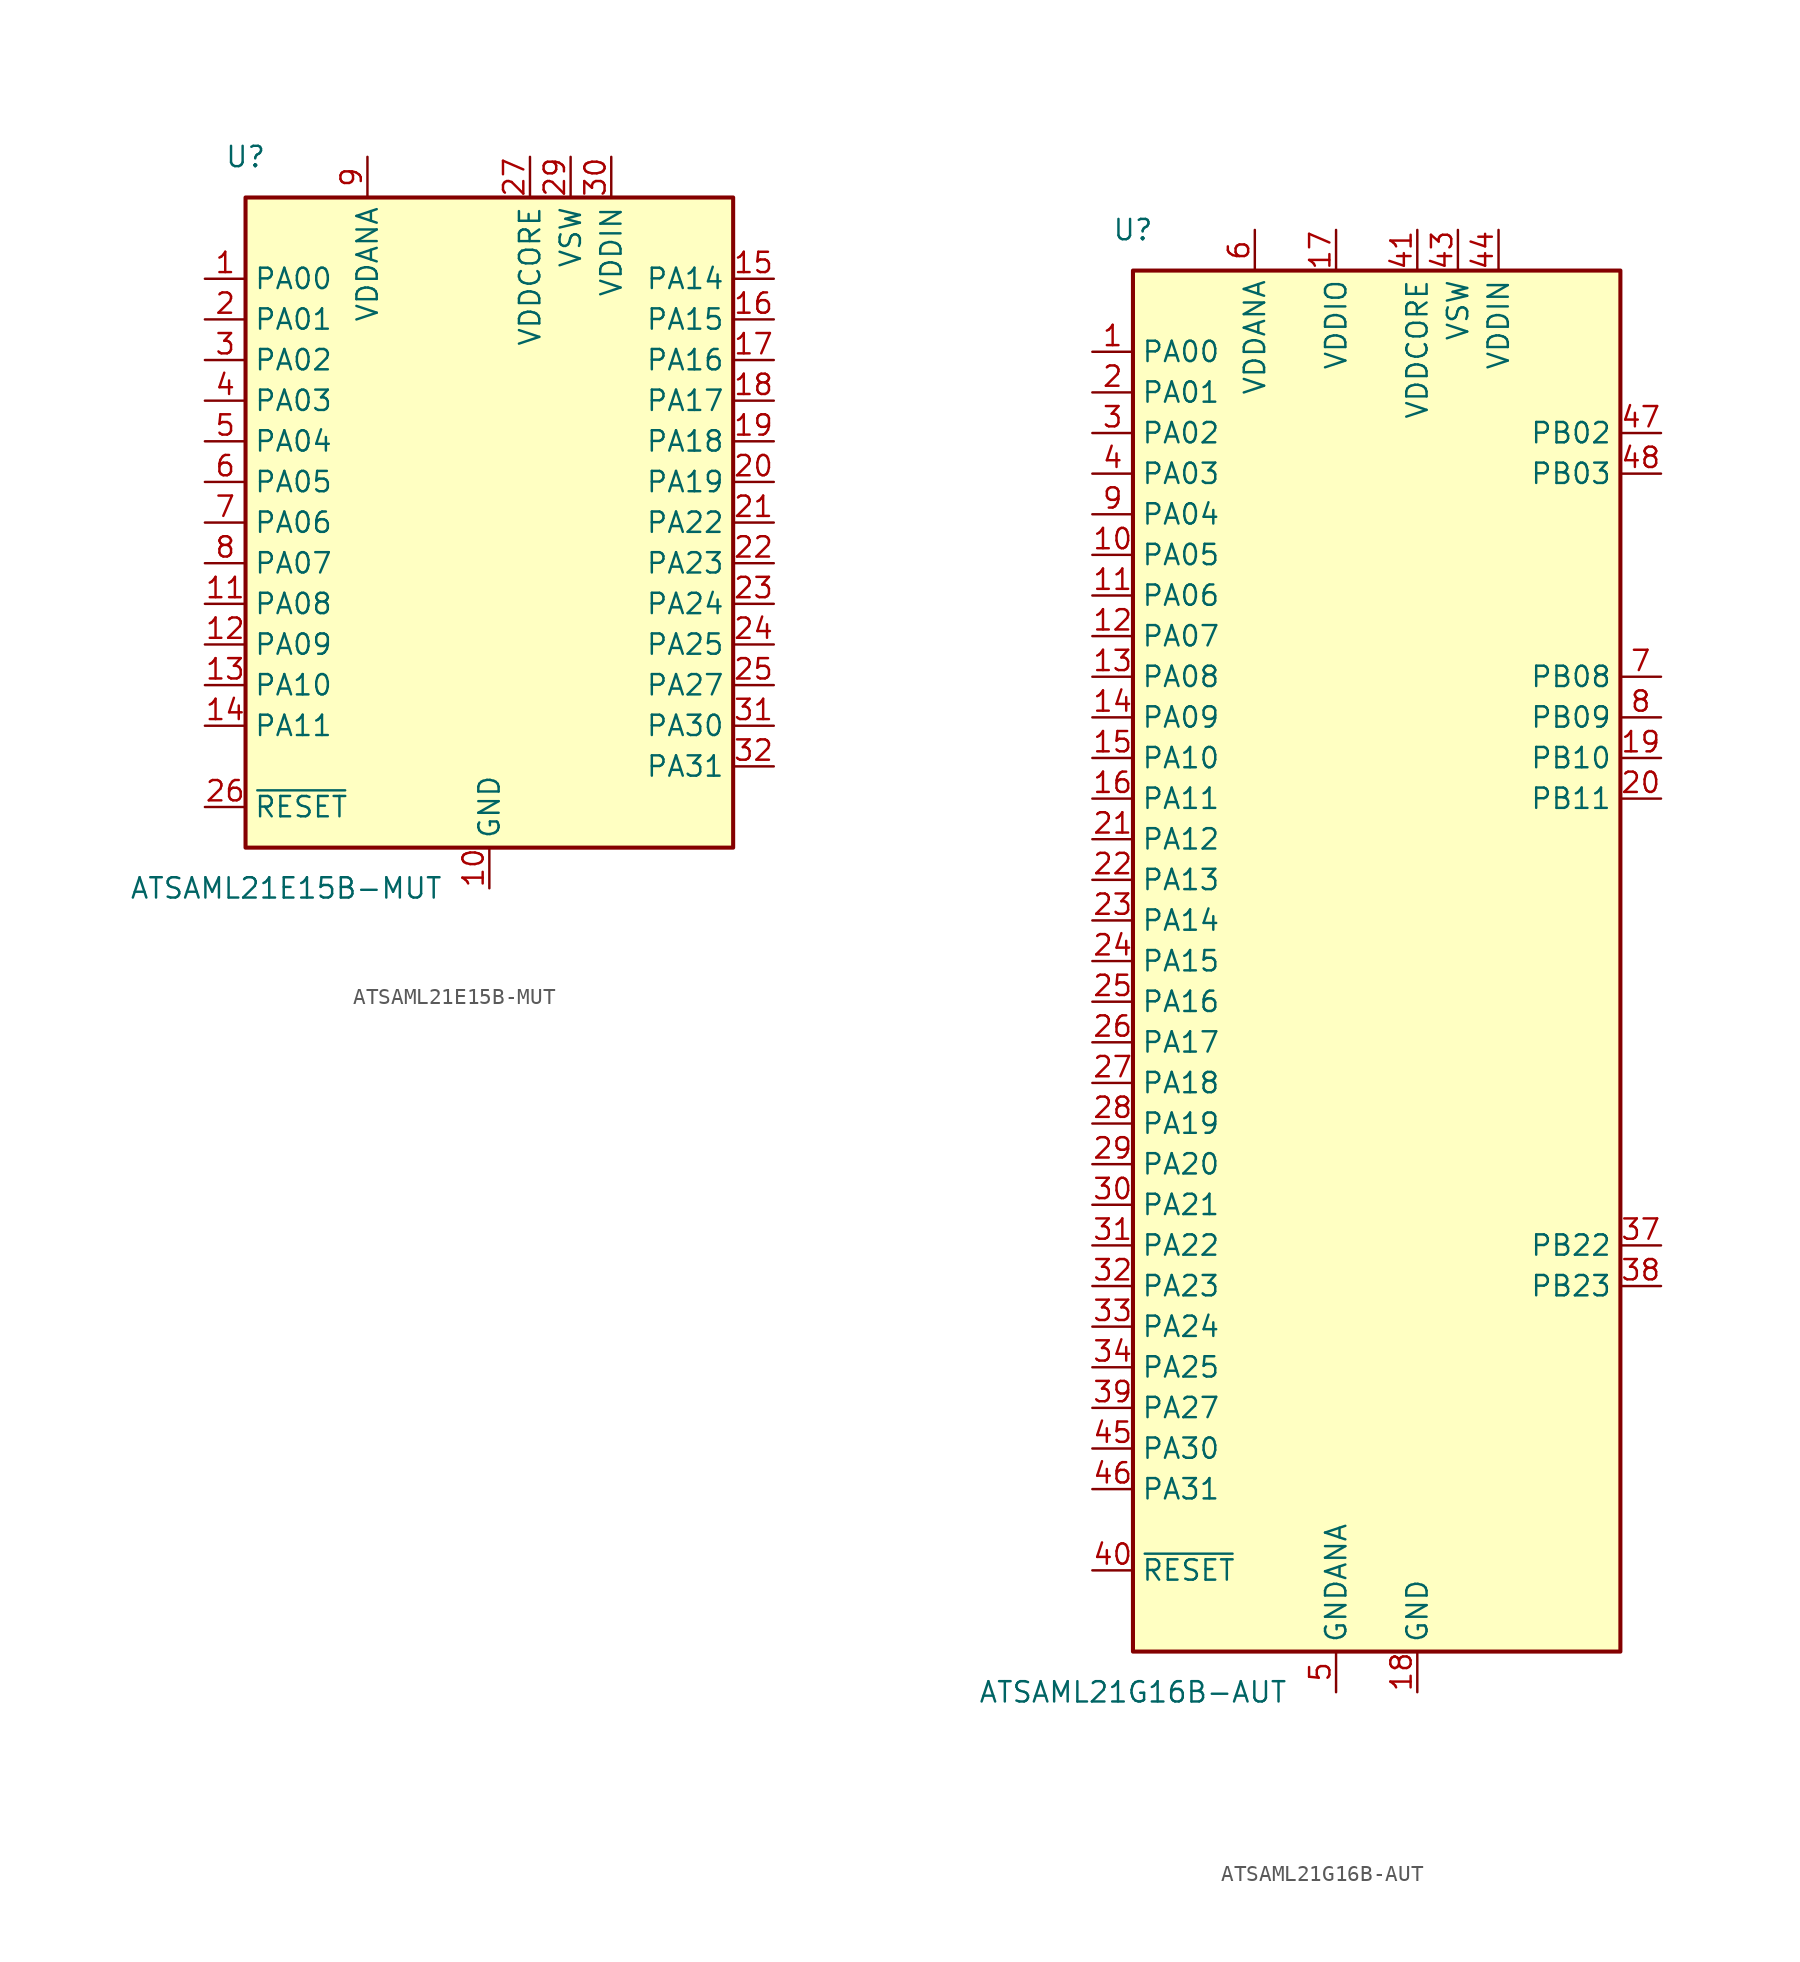
<source format=kicad_sym>
(kicad_symbol_lib
  (version 20231120)
  (generator "kicad_symbol_editor")
  (generator_version "8.0")
  (symbol "ATSAML21E15B-MUT"
    (property "Reference" "U"
      (at -15.24 22.86 0)
      (effects (font (size 1.27 1.27))))
    (property "Value" "ATSAML21E15B-MUT"
      (at -12.7 -22.86 0)
      (effects (font (size 1.27 1.27))))
    (symbol "ATSAML21E15B-MUT_0_1"
      (rectangle (start -15.24 20.32) (end 15.24 -20.32) (stroke (width 0.254) (type default)) (fill (type background))))
    (symbol "ATSAML21E15B-MUT_1_1"
      (pin bidirectional line (at -17.78 15.24 0) (length 2.54) (name "PA00" (effects (font (size 1.27 1.27)))) (number "1" (effects (font (size 1.27 1.27)))))
      (pin power_in line (at 0 -22.86 90) (length 2.54) (name "GND" (effects (font (size 1.27 1.27)))) (number "10" (effects (font (size 1.27 1.27)))))
      (pin bidirectional line (at -17.78 -5.08 0) (length 2.54) (name "PA08" (effects (font (size 1.27 1.27)))) (number "11" (effects (font (size 1.27 1.27)))))
      (pin bidirectional line (at -17.78 -7.62 0) (length 2.54) (name "PA09" (effects (font (size 1.27 1.27)))) (number "12" (effects (font (size 1.27 1.27)))))
      (pin bidirectional line (at -17.78 -10.16 0) (length 2.54) (name "PA10" (effects (font (size 1.27 1.27)))) (number "13" (effects (font (size 1.27 1.27)))))
      (pin bidirectional line (at -17.78 -12.7 0) (length 2.54) (name "PA11" (effects (font (size 1.27 1.27)))) (number "14" (effects (font (size 1.27 1.27)))))
      (pin bidirectional line (at 17.78 15.24 180) (length 2.54) (name "PA14" (effects (font (size 1.27 1.27)))) (number "15" (effects (font (size 1.27 1.27)))))
      (pin bidirectional line (at 17.78 12.7 180) (length 2.54) (name "PA15" (effects (font (size 1.27 1.27)))) (number "16" (effects (font (size 1.27 1.27)))))
      (pin bidirectional line (at 17.78 10.16 180) (length 2.54) (name "PA16" (effects (font (size 1.27 1.27)))) (number "17" (effects (font (size 1.27 1.27)))))
      (pin bidirectional line (at 17.78 7.62 180) (length 2.54) (name "PA17" (effects (font (size 1.27 1.27)))) (number "18" (effects (font (size 1.27 1.27)))))
      (pin bidirectional line (at 17.78 5.08 180) (length 2.54) (name "PA18" (effects (font (size 1.27 1.27)))) (number "19" (effects (font (size 1.27 1.27)))))
      (pin bidirectional line (at -17.78 12.7 0) (length 2.54) (name "PA01" (effects (font (size 1.27 1.27)))) (number "2" (effects (font (size 1.27 1.27)))))
      (pin bidirectional line (at 17.78 2.54 180) (length 2.54) (name "PA19" (effects (font (size 1.27 1.27)))) (number "20" (effects (font (size 1.27 1.27)))))
      (pin bidirectional line (at 17.78 0 180) (length 2.54) (name "PA22" (effects (font (size 1.27 1.27)))) (number "21" (effects (font (size 1.27 1.27)))))
      (pin bidirectional line (at 17.78 -2.54 180) (length 2.54) (name "PA23" (effects (font (size 1.27 1.27)))) (number "22" (effects (font (size 1.27 1.27)))))
      (pin bidirectional line (at 17.78 -5.08 180) (length 2.54) (name "PA24" (effects (font (size 1.27 1.27)))) (number "23" (effects (font (size 1.27 1.27)))))
      (pin bidirectional line (at 17.78 -7.62 180) (length 2.54) (name "PA25" (effects (font (size 1.27 1.27)))) (number "24" (effects (font (size 1.27 1.27)))))
      (pin bidirectional line (at 17.78 -10.16 180) (length 2.54) (name "PA27" (effects (font (size 1.27 1.27)))) (number "25" (effects (font (size 1.27 1.27)))))
      (pin input line (at -17.78 -17.78 0) (length 2.54) (name "~{RESET}" (effects (font (size 1.27 1.27)))) (number "26" (effects (font (size 1.27 1.27)))))
      (pin power_in line (at 2.54 22.86 270) (length 2.54) (name "VDDCORE" (effects (font (size 1.27 1.27)))) (number "27" (effects (font (size 1.27 1.27)))))
      (pin passive line (at 0 -22.86 90) (length 2.54) hide (name "GND" (effects (font (size 1.27 1.27)))) (number "28" (effects (font (size 1.27 1.27)))))
      (pin power_out line (at 5.08 22.86 270) (length 2.54) (name "VSW" (effects (font (size 1.27 1.27)))) (number "29" (effects (font (size 1.27 1.27)))))
      (pin bidirectional line (at -17.78 10.16 0) (length 2.54) (name "PA02" (effects (font (size 1.27 1.27)))) (number "3" (effects (font (size 1.27 1.27)))))
      (pin power_in line (at 7.62 22.86 270) (length 2.54) (name "VDDIN" (effects (font (size 1.27 1.27)))) (number "30" (effects (font (size 1.27 1.27)))))
      (pin bidirectional line (at 17.78 -12.7 180) (length 2.54) (name "PA30" (effects (font (size 1.27 1.27)))) (number "31" (effects (font (size 1.27 1.27)))))
      (pin bidirectional line (at 17.78 -15.24 180) (length 2.54) (name "PA31" (effects (font (size 1.27 1.27)))) (number "32" (effects (font (size 1.27 1.27)))))
      (pin passive line (at 0 -22.86 90) (length 2.54) hide (name "GND" (effects (font (size 1.27 1.27)))) (number "33" (effects (font (size 1.27 1.27)))))
      (pin bidirectional line (at -17.78 7.62 0) (length 2.54) (name "PA03" (effects (font (size 1.27 1.27)))) (number "4" (effects (font (size 1.27 1.27)))))
      (pin bidirectional line (at -17.78 5.08 0) (length 2.54) (name "PA04" (effects (font (size 1.27 1.27)))) (number "5" (effects (font (size 1.27 1.27)))))
      (pin bidirectional line (at -17.78 2.54 0) (length 2.54) (name "PA05" (effects (font (size 1.27 1.27)))) (number "6" (effects (font (size 1.27 1.27)))))
      (pin bidirectional line (at -17.78 0 0) (length 2.54) (name "PA06" (effects (font (size 1.27 1.27)))) (number "7" (effects (font (size 1.27 1.27)))))
      (pin bidirectional line (at -17.78 -2.54 0) (length 2.54) (name "PA07" (effects (font (size 1.27 1.27)))) (number "8" (effects (font (size 1.27 1.27)))))
      (pin power_in line (at -7.62 22.86 270) (length 2.54) (name "VDDANA" (effects (font (size 1.27 1.27)))) (number "9" (effects (font (size 1.27 1.27)))))))
  (symbol "ATSAML21G16B-AUT"
    (property "Reference" "U"
      (at -15.24 45.72 0)
      (effects (font (size 1.27 1.27))))
    (property "Value" "ATSAML21G16B-AUT"
      (at -15.24 -45.72 0)
      (effects (font (size 1.27 1.27))))
    (symbol "ATSAML21G16B-AUT_0_1"
      (rectangle (start -15.24 43.18) (end 15.24 -43.18) (stroke (width 0.254) (type default)) (fill (type background))))
    (symbol "ATSAML21G16B-AUT_1_1"
      (pin bidirectional line (at -17.78 38.1 0) (length 2.54) (name "PA00" (effects (font (size 1.27 1.27)))) (number "1" (effects (font (size 1.27 1.27)))))
      (pin bidirectional line (at -17.78 25.4 0) (length 2.54) (name "PA05" (effects (font (size 1.27 1.27)))) (number "10" (effects (font (size 1.27 1.27)))))
      (pin bidirectional line (at -17.78 22.86 0) (length 2.54) (name "PA06" (effects (font (size 1.27 1.27)))) (number "11" (effects (font (size 1.27 1.27)))))
      (pin bidirectional line (at -17.78 20.32 0) (length 2.54) (name "PA07" (effects (font (size 1.27 1.27)))) (number "12" (effects (font (size 1.27 1.27)))))
      (pin bidirectional line (at -17.78 17.78 0) (length 2.54) (name "PA08" (effects (font (size 1.27 1.27)))) (number "13" (effects (font (size 1.27 1.27)))))
      (pin bidirectional line (at -17.78 15.24 0) (length 2.54) (name "PA09" (effects (font (size 1.27 1.27)))) (number "14" (effects (font (size 1.27 1.27)))))
      (pin bidirectional line (at -17.78 12.7 0) (length 2.54) (name "PA10" (effects (font (size 1.27 1.27)))) (number "15" (effects (font (size 1.27 1.27)))))
      (pin bidirectional line (at -17.78 10.16 0) (length 2.54) (name "PA11" (effects (font (size 1.27 1.27)))) (number "16" (effects (font (size 1.27 1.27)))))
      (pin power_in line (at -2.54 45.72 270) (length 2.54) (name "VDDIO" (effects (font (size 1.27 1.27)))) (number "17" (effects (font (size 1.27 1.27)))))
      (pin power_in line (at 2.54 -45.72 90) (length 2.54) (name "GND" (effects (font (size 1.27 1.27)))) (number "18" (effects (font (size 1.27 1.27)))))
      (pin bidirectional line (at 17.78 12.7 180) (length 2.54) (name "PB10" (effects (font (size 1.27 1.27)))) (number "19" (effects (font (size 1.27 1.27)))))
      (pin bidirectional line (at -17.78 35.56 0) (length 2.54) (name "PA01" (effects (font (size 1.27 1.27)))) (number "2" (effects (font (size 1.27 1.27)))))
      (pin bidirectional line (at 17.78 10.16 180) (length 2.54) (name "PB11" (effects (font (size 1.27 1.27)))) (number "20" (effects (font (size 1.27 1.27)))))
      (pin bidirectional line (at -17.78 7.62 0) (length 2.54) (name "PA12" (effects (font (size 1.27 1.27)))) (number "21" (effects (font (size 1.27 1.27)))))
      (pin bidirectional line (at -17.78 5.08 0) (length 2.54) (name "PA13" (effects (font (size 1.27 1.27)))) (number "22" (effects (font (size 1.27 1.27)))))
      (pin bidirectional line (at -17.78 2.54 0) (length 2.54) (name "PA14" (effects (font (size 1.27 1.27)))) (number "23" (effects (font (size 1.27 1.27)))))
      (pin bidirectional line (at -17.78 0 0) (length 2.54) (name "PA15" (effects (font (size 1.27 1.27)))) (number "24" (effects (font (size 1.27 1.27)))))
      (pin bidirectional line (at -17.78 -2.54 0) (length 2.54) (name "PA16" (effects (font (size 1.27 1.27)))) (number "25" (effects (font (size 1.27 1.27)))))
      (pin bidirectional line (at -17.78 -5.08 0) (length 2.54) (name "PA17" (effects (font (size 1.27 1.27)))) (number "26" (effects (font (size 1.27 1.27)))))
      (pin bidirectional line (at -17.78 -7.62 0) (length 2.54) (name "PA18" (effects (font (size 1.27 1.27)))) (number "27" (effects (font (size 1.27 1.27)))))
      (pin bidirectional line (at -17.78 -10.16 0) (length 2.54) (name "PA19" (effects (font (size 1.27 1.27)))) (number "28" (effects (font (size 1.27 1.27)))))
      (pin bidirectional line (at -17.78 -12.7 0) (length 2.54) (name "PA20" (effects (font (size 1.27 1.27)))) (number "29" (effects (font (size 1.27 1.27)))))
      (pin bidirectional line (at -17.78 33.02 0) (length 2.54) (name "PA02" (effects (font (size 1.27 1.27)))) (number "3" (effects (font (size 1.27 1.27)))))
      (pin bidirectional line (at -17.78 -15.24 0) (length 2.54) (name "PA21" (effects (font (size 1.27 1.27)))) (number "30" (effects (font (size 1.27 1.27)))))
      (pin bidirectional line (at -17.78 -17.78 0) (length 2.54) (name "PA22" (effects (font (size 1.27 1.27)))) (number "31" (effects (font (size 1.27 1.27)))))
      (pin bidirectional line (at -17.78 -20.32 0) (length 2.54) (name "PA23" (effects (font (size 1.27 1.27)))) (number "32" (effects (font (size 1.27 1.27)))))
      (pin bidirectional line (at -17.78 -22.86 0) (length 2.54) (name "PA24" (effects (font (size 1.27 1.27)))) (number "33" (effects (font (size 1.27 1.27)))))
      (pin bidirectional line (at -17.78 -25.4 0) (length 2.54) (name "PA25" (effects (font (size 1.27 1.27)))) (number "34" (effects (font (size 1.27 1.27)))))
      (pin passive line (at 2.54 -45.72 90) (length 2.54) hide (name "GND" (effects (font (size 1.27 1.27)))) (number "35" (effects (font (size 1.27 1.27)))))
      (pin passive line (at -2.54 45.72 270) (length 2.54) hide (name "VDDIO" (effects (font (size 1.27 1.27)))) (number "36" (effects (font (size 1.27 1.27)))))
      (pin bidirectional line (at 17.78 -17.78 180) (length 2.54) (name "PB22" (effects (font (size 1.27 1.27)))) (number "37" (effects (font (size 1.27 1.27)))))
      (pin bidirectional line (at 17.78 -20.32 180) (length 2.54) (name "PB23" (effects (font (size 1.27 1.27)))) (number "38" (effects (font (size 1.27 1.27)))))
      (pin bidirectional line (at -17.78 -27.94 0) (length 2.54) (name "PA27" (effects (font (size 1.27 1.27)))) (number "39" (effects (font (size 1.27 1.27)))))
      (pin bidirectional line (at -17.78 30.48 0) (length 2.54) (name "PA03" (effects (font (size 1.27 1.27)))) (number "4" (effects (font (size 1.27 1.27)))))
      (pin input line (at -17.78 -38.1 0) (length 2.54) (name "~{RESET}" (effects (font (size 1.27 1.27)))) (number "40" (effects (font (size 1.27 1.27)))))
      (pin power_in line (at 2.54 45.72 270) (length 2.54) (name "VDDCORE" (effects (font (size 1.27 1.27)))) (number "41" (effects (font (size 1.27 1.27)))))
      (pin passive line (at 2.54 -45.72 90) (length 2.54) hide (name "GND" (effects (font (size 1.27 1.27)))) (number "42" (effects (font (size 1.27 1.27)))))
      (pin power_out line (at 5.08 45.72 270) (length 2.54) (name "VSW" (effects (font (size 1.27 1.27)))) (number "43" (effects (font (size 1.27 1.27)))))
      (pin power_in line (at 7.62 45.72 270) (length 2.54) (name "VDDIN" (effects (font (size 1.27 1.27)))) (number "44" (effects (font (size 1.27 1.27)))))
      (pin bidirectional line (at -17.78 -30.48 0) (length 2.54) (name "PA30" (effects (font (size 1.27 1.27)))) (number "45" (effects (font (size 1.27 1.27)))))
      (pin bidirectional line (at -17.78 -33.02 0) (length 2.54) (name "PA31" (effects (font (size 1.27 1.27)))) (number "46" (effects (font (size 1.27 1.27)))))
      (pin bidirectional line (at 17.78 33.02 180) (length 2.54) (name "PB02" (effects (font (size 1.27 1.27)))) (number "47" (effects (font (size 1.27 1.27)))))
      (pin bidirectional line (at 17.78 30.48 180) (length 2.54) (name "PB03" (effects (font (size 1.27 1.27)))) (number "48" (effects (font (size 1.27 1.27)))))
      (pin power_in line (at -2.54 -45.72 90) (length 2.54) (name "GNDANA" (effects (font (size 1.27 1.27)))) (number "5" (effects (font (size 1.27 1.27)))))
      (pin power_in line (at -7.62 45.72 270) (length 2.54) (name "VDDANA" (effects (font (size 1.27 1.27)))) (number "6" (effects (font (size 1.27 1.27)))))
      (pin bidirectional line (at 17.78 17.78 180) (length 2.54) (name "PB08" (effects (font (size 1.27 1.27)))) (number "7" (effects (font (size 1.27 1.27)))))
      (pin bidirectional line (at 17.78 15.24 180) (length 2.54) (name "PB09" (effects (font (size 1.27 1.27)))) (number "8" (effects (font (size 1.27 1.27)))))
      (pin bidirectional line (at -17.78 27.94 0) (length 2.54) (name "PA04" (effects (font (size 1.27 1.27)))) (number "9" (effects (font (size 1.27 1.27))))))))
</source>
